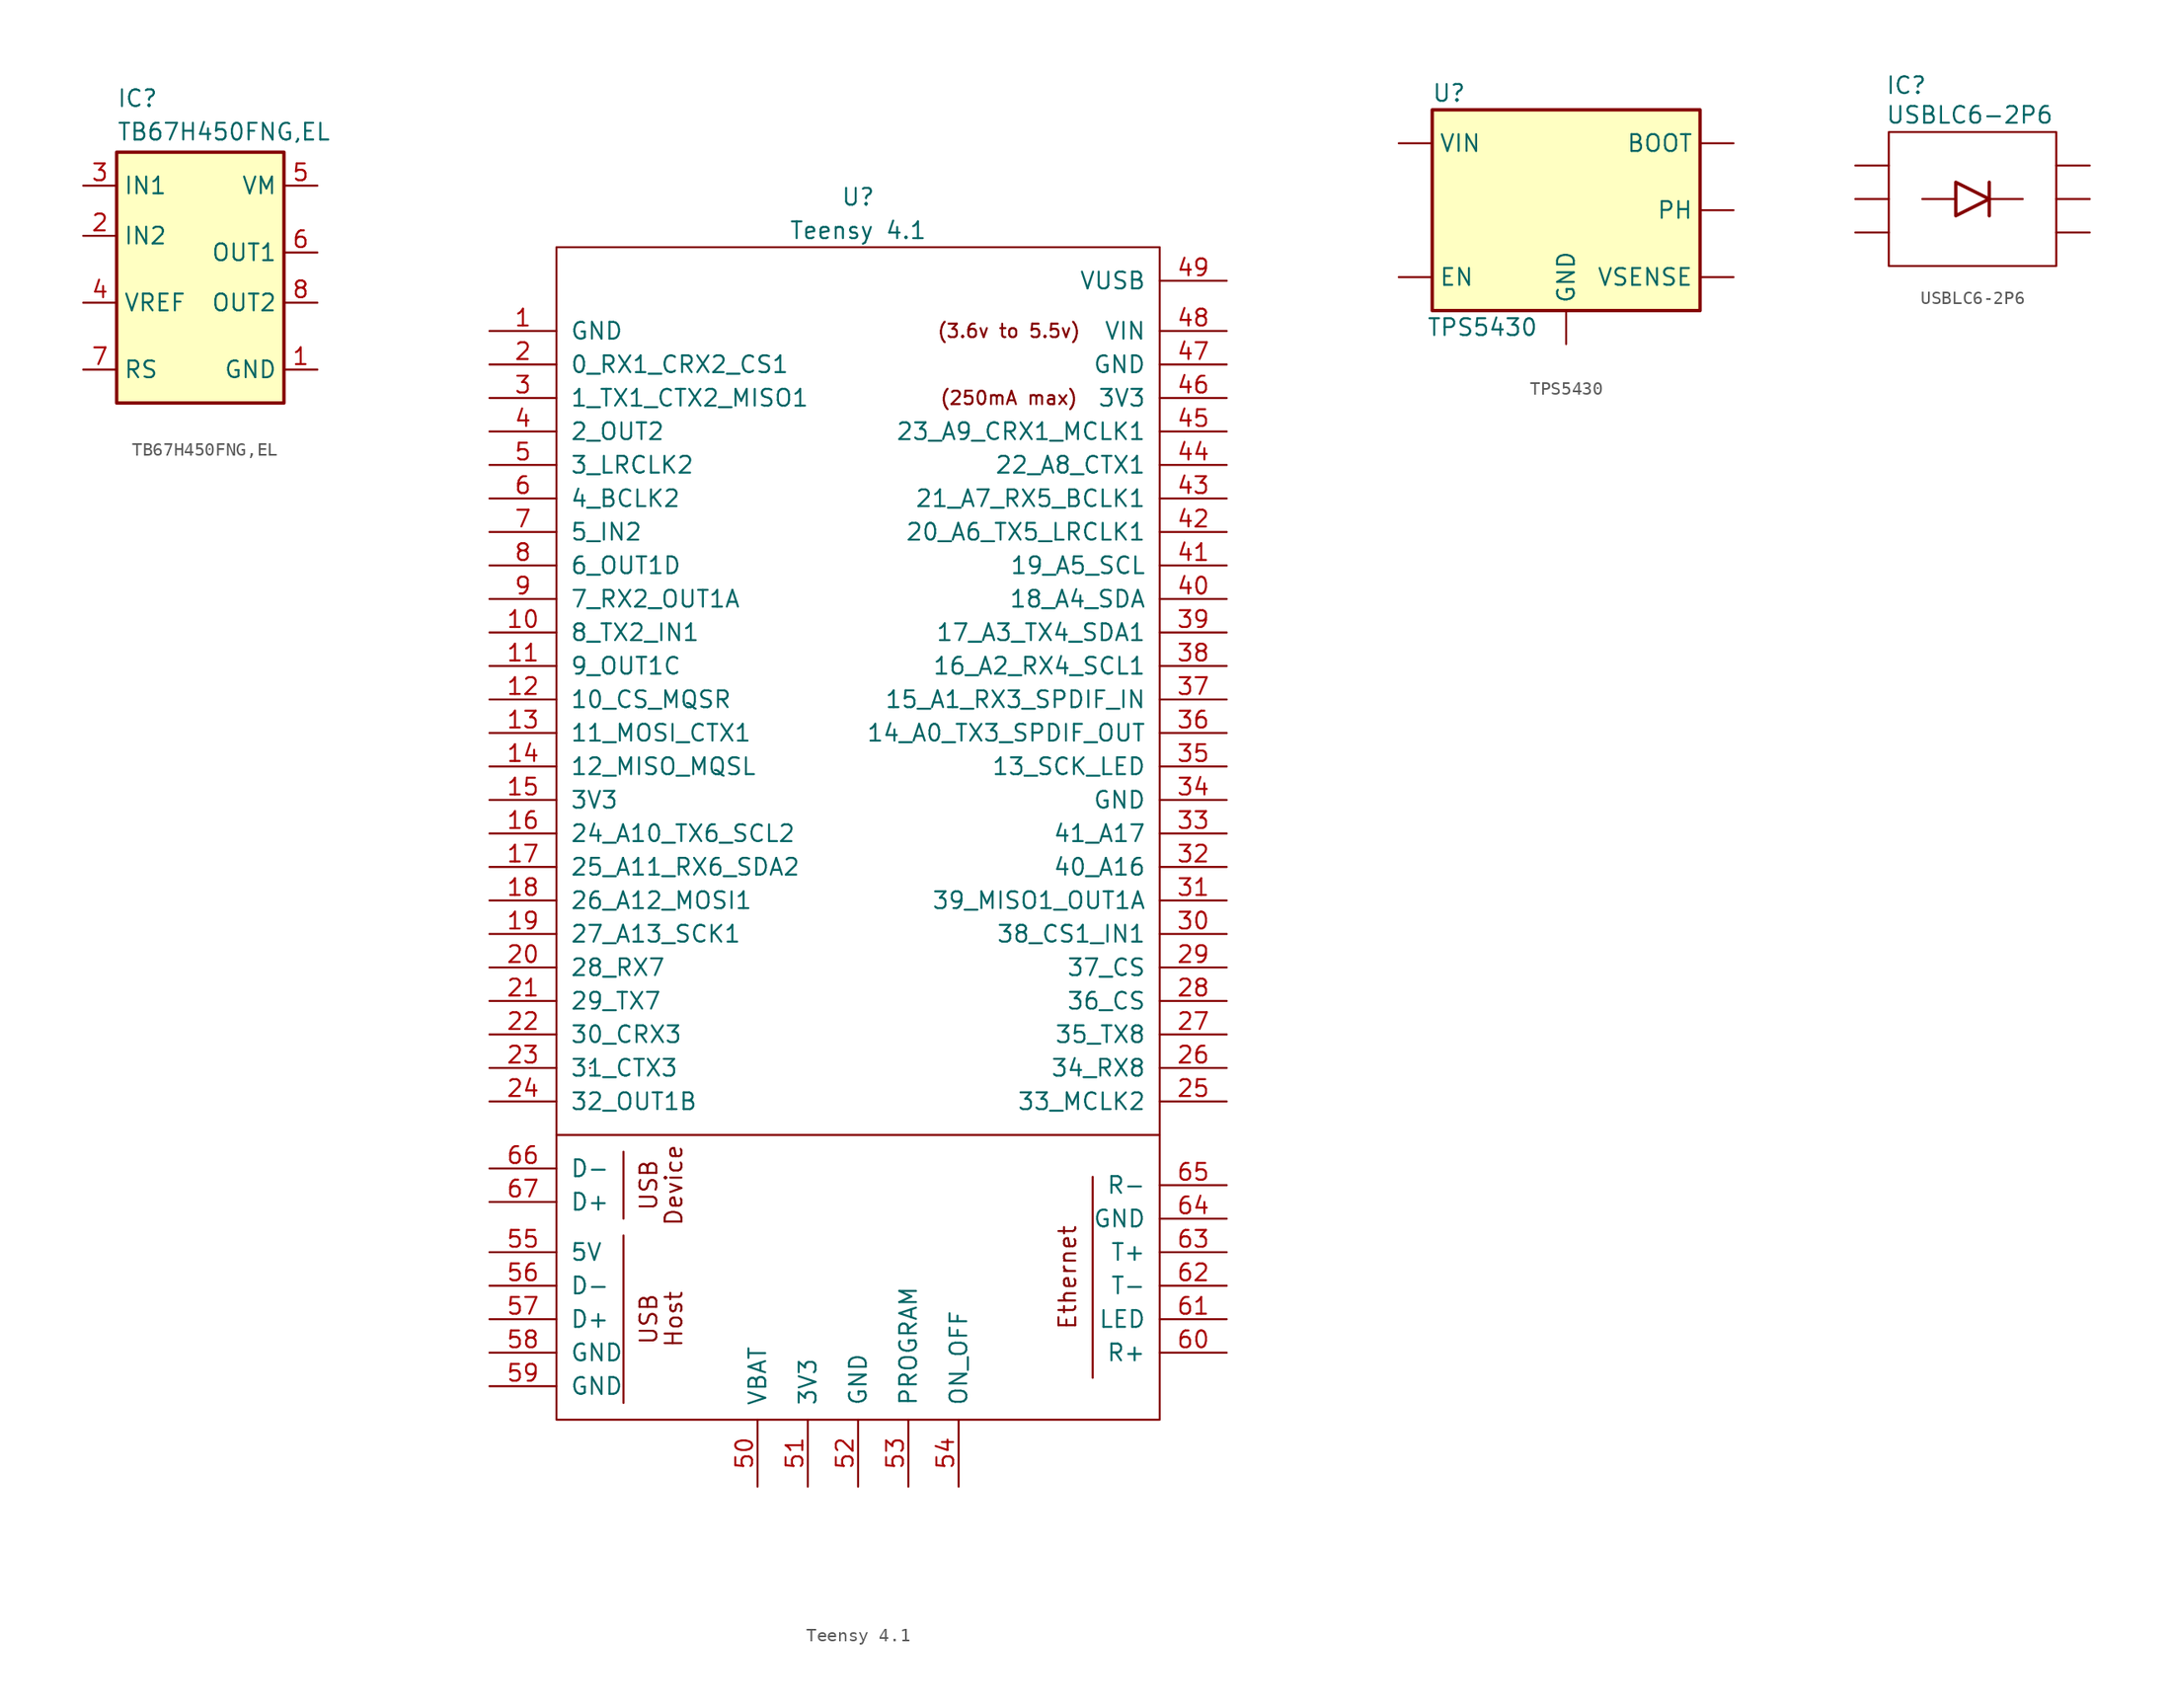
<source format=kicad_sym>
(kicad_symbol_lib
  (version 20231120)
  (generator "kicad_symbol_editor")
  (generator_version "8.0")
  (symbol "TB67H450FNG,EL"
    (property "Reference" "IC"
      (at 2.54 7.366 0)
      (effects (font (size 1.27 1.27)) (justify left top)))
    (property "Value" "TB67H450FNG,EL"
      (at 2.54 4.826 0)
      (effects (font (size 1.27 1.27)) (justify left top)))
    (symbol "TB67H450FNG,EL_1_1"
      (rectangle (start 2.54 2.54) (end 15.24 -16.51) (stroke (width 0.254) (type default)) (fill (type background)))
      (pin passive line (at 17.78 -13.97 180) (length 2.54) (name "GND" (effects (font (size 1.27 1.27)))) (number "1" (effects (font (size 1.27 1.27)))))
      (pin passive line (at 0 -3.81 0) (length 2.54) (name "IN2" (effects (font (size 1.27 1.27)))) (number "2" (effects (font (size 1.27 1.27)))))
      (pin passive line (at 0 0 0) (length 2.54) (name "IN1" (effects (font (size 1.27 1.27)))) (number "3" (effects (font (size 1.27 1.27)))))
      (pin passive line (at 0 -8.89 0) (length 2.54) (name "VREF" (effects (font (size 1.27 1.27)))) (number "4" (effects (font (size 1.27 1.27)))))
      (pin passive line (at 17.78 0 180) (length 2.54) (name "VM" (effects (font (size 1.27 1.27)))) (number "5" (effects (font (size 1.27 1.27)))))
      (pin passive line (at 17.78 -5.08 180) (length 2.54) (name "OUT1" (effects (font (size 1.27 1.27)))) (number "6" (effects (font (size 1.27 1.27)))))
      (pin passive line (at 0 -13.97 0) (length 2.54) (name "RS" (effects (font (size 1.27 1.27)))) (number "7" (effects (font (size 1.27 1.27)))))
      (pin passive line (at 17.78 -8.89 180) (length 2.54) (name "OUT2" (effects (font (size 1.27 1.27)))) (number "8" (effects (font (size 1.27 1.27)))))
      (pin passive line (at 17.78 -13.97 180) (length 2.54) hide (name "EP" (effects (font (size 1.27 1.27)))) (number "9" (effects (font (size 1.27 1.27)))))))
  (symbol "Teensy 4.1"
    (pin_names
      (offset 1.016))
    (property "Reference" "U"
      (at 0 64.77 0)
      (effects (font (size 1.27 1.27))))
    (property "Value" "Teensy 4.1"
      (at 0 62.23 0)
      (effects (font (size 1.27 1.27))))
    (symbol "Teensy 4.1_0_0"
      (polyline (pts (xy -22.86 -6.35) (xy 22.86 -6.35)) (stroke (width 0) (type solid)) (fill (type none)))
      (polyline (pts (xy -17.78 -26.67) (xy -17.78 -13.97)) (stroke (width 0) (type solid)) (fill (type none)))
      (polyline (pts (xy -17.78 -7.62) (xy -17.78 -12.7)) (stroke (width 0) (type solid)) (fill (type none)))
      (polyline (pts (xy 17.78 -9.525) (xy 17.78 -24.765)) (stroke (width 0) (type solid)) (fill (type none)))
      (text "(250mA max)" (at 11.43 49.53 0) (effects (font (size 1.016 1.016))))
      (text "(3.6v to 5.5v)" (at 11.43 54.61 0) (effects (font (size 1.016 1.016))))
      (text "Device" (at -13.97 -10.16 900) (effects (font (size 1.27 1.27))))
      (text "Ethernet" (at 15.875 -17.145 900) (effects (font (size 1.27 1.27))))
      (text "Host" (at -13.97 -20.32 900) (effects (font (size 1.27 1.27))))
      (text "USB" (at -15.875 -20.32 900) (effects (font (size 1.27 1.27))))
      (text "USB" (at -15.875 -10.16 900) (effects (font (size 1.27 1.27))))
      (pin bidirectional line (at -27.94 31.75 0) (length 5.08) (name "8_TX2_IN1" (effects (font (size 1.27 1.27)))) (number "10" (effects (font (size 1.27 1.27)))))
      (pin bidirectional line (at -27.94 29.21 0) (length 5.08) (name "9_OUT1C" (effects (font (size 1.27 1.27)))) (number "11" (effects (font (size 1.27 1.27)))))
      (pin bidirectional line (at -27.94 26.67 0) (length 5.08) (name "10_CS_MQSR" (effects (font (size 1.27 1.27)))) (number "12" (effects (font (size 1.27 1.27)))))
      (pin bidirectional line (at -27.94 24.13 0) (length 5.08) (name "11_MOSI_CTX1" (effects (font (size 1.27 1.27)))) (number "13" (effects (font (size 1.27 1.27)))))
      (pin bidirectional line (at -27.94 21.59 0) (length 5.08) (name "12_MISO_MQSL" (effects (font (size 1.27 1.27)))) (number "14" (effects (font (size 1.27 1.27)))))
      (pin power_in line (at -27.94 19.05 0) (length 5.08) (name "3V3" (effects (font (size 1.27 1.27)))) (number "15" (effects (font (size 1.27 1.27)))))
      (pin bidirectional line (at -27.94 16.51 0) (length 5.08) (name "24_A10_TX6_SCL2" (effects (font (size 1.27 1.27)))) (number "16" (effects (font (size 1.27 1.27)))))
      (pin bidirectional line (at -27.94 13.97 0) (length 5.08) (name "25_A11_RX6_SDA2" (effects (font (size 1.27 1.27)))) (number "17" (effects (font (size 1.27 1.27)))))
      (pin bidirectional line (at -27.94 11.43 0) (length 5.08) (name "26_A12_MOSI1" (effects (font (size 1.27 1.27)))) (number "18" (effects (font (size 1.27 1.27)))))
      (pin bidirectional line (at -27.94 8.89 0) (length 5.08) (name "27_A13_SCK1" (effects (font (size 1.27 1.27)))) (number "19" (effects (font (size 1.27 1.27)))))
      (pin bidirectional line (at -27.94 6.35 0) (length 5.08) (name "28_RX7" (effects (font (size 1.27 1.27)))) (number "20" (effects (font (size 1.27 1.27)))))
      (pin bidirectional line (at -27.94 3.81 0) (length 5.08) (name "29_TX7" (effects (font (size 1.27 1.27)))) (number "21" (effects (font (size 1.27 1.27)))))
      (pin bidirectional line (at -27.94 1.27 0) (length 5.08) (name "30_CRX3" (effects (font (size 1.27 1.27)))) (number "22" (effects (font (size 1.27 1.27)))))
      (pin bidirectional line (at -27.94 -1.27 0) (length 5.08) (name "31_CTX3" (effects (font (size 1.27 1.27)))) (number "23" (effects (font (size 1.27 1.27)))))
      (pin bidirectional line (at -27.94 -3.81 0) (length 5.08) (name "32_OUT1B" (effects (font (size 1.27 1.27)))) (number "24" (effects (font (size 1.27 1.27)))))
      (pin bidirectional line (at 27.94 -3.81 180) (length 5.08) (name "33_MCLK2" (effects (font (size 1.27 1.27)))) (number "25" (effects (font (size 1.27 1.27)))))
      (pin bidirectional line (at 27.94 -1.27 180) (length 5.08) (name "34_RX8" (effects (font (size 1.27 1.27)))) (number "26" (effects (font (size 1.27 1.27)))))
      (pin bidirectional line (at 27.94 1.27 180) (length 5.08) (name "35_TX8" (effects (font (size 1.27 1.27)))) (number "27" (effects (font (size 1.27 1.27)))))
      (pin bidirectional line (at 27.94 3.81 180) (length 5.08) (name "36_CS" (effects (font (size 1.27 1.27)))) (number "28" (effects (font (size 1.27 1.27)))))
      (pin bidirectional line (at 27.94 6.35 180) (length 5.08) (name "37_CS" (effects (font (size 1.27 1.27)))) (number "29" (effects (font (size 1.27 1.27)))))
      (pin bidirectional line (at 27.94 8.89 180) (length 5.08) (name "38_CS1_IN1" (effects (font (size 1.27 1.27)))) (number "30" (effects (font (size 1.27 1.27)))))
      (pin bidirectional line (at 27.94 11.43 180) (length 5.08) (name "39_MISO1_OUT1A" (effects (font (size 1.27 1.27)))) (number "31" (effects (font (size 1.27 1.27)))))
      (pin bidirectional line (at 27.94 13.97 180) (length 5.08) (name "40_A16" (effects (font (size 1.27 1.27)))) (number "32" (effects (font (size 1.27 1.27)))))
      (pin bidirectional line (at 27.94 16.51 180) (length 5.08) (name "41_A17" (effects (font (size 1.27 1.27)))) (number "33" (effects (font (size 1.27 1.27)))))
      (pin bidirectional line (at 27.94 21.59 180) (length 5.08) (name "13_SCK_LED" (effects (font (size 1.27 1.27)))) (number "35" (effects (font (size 1.27 1.27)))))
      (pin bidirectional line (at 27.94 24.13 180) (length 5.08) (name "14_A0_TX3_SPDIF_OUT" (effects (font (size 1.27 1.27)))) (number "36" (effects (font (size 1.27 1.27)))))
      (pin bidirectional line (at 27.94 26.67 180) (length 5.08) (name "15_A1_RX3_SPDIF_IN" (effects (font (size 1.27 1.27)))) (number "37" (effects (font (size 1.27 1.27)))))
      (pin bidirectional line (at 27.94 29.21 180) (length 5.08) (name "16_A2_RX4_SCL1" (effects (font (size 1.27 1.27)))) (number "38" (effects (font (size 1.27 1.27)))))
      (pin bidirectional line (at 27.94 31.75 180) (length 5.08) (name "17_A3_TX4_SDA1" (effects (font (size 1.27 1.27)))) (number "39" (effects (font (size 1.27 1.27)))))
      (pin bidirectional line (at 27.94 34.29 180) (length 5.08) (name "18_A4_SDA" (effects (font (size 1.27 1.27)))) (number "40" (effects (font (size 1.27 1.27)))))
      (pin bidirectional line (at 27.94 36.83 180) (length 5.08) (name "19_A5_SCL" (effects (font (size 1.27 1.27)))) (number "41" (effects (font (size 1.27 1.27)))))
      (pin bidirectional line (at 27.94 39.37 180) (length 5.08) (name "20_A6_TX5_LRCLK1" (effects (font (size 1.27 1.27)))) (number "42" (effects (font (size 1.27 1.27)))))
      (pin bidirectional line (at 27.94 41.91 180) (length 5.08) (name "21_A7_RX5_BCLK1" (effects (font (size 1.27 1.27)))) (number "43" (effects (font (size 1.27 1.27)))))
      (pin bidirectional line (at 27.94 44.45 180) (length 5.08) (name "22_A8_CTX1" (effects (font (size 1.27 1.27)))) (number "44" (effects (font (size 1.27 1.27)))))
      (pin bidirectional line (at 27.94 46.99 180) (length 5.08) (name "23_A9_CRX1_MCLK1" (effects (font (size 1.27 1.27)))) (number "45" (effects (font (size 1.27 1.27)))))
      (pin output line (at 27.94 49.53 180) (length 5.08) (name "3V3" (effects (font (size 1.27 1.27)))) (number "46" (effects (font (size 1.27 1.27)))))
      (pin output line (at 27.94 52.07 180) (length 5.08) (name "GND" (effects (font (size 1.27 1.27)))) (number "47" (effects (font (size 1.27 1.27)))))
      (pin power_in line (at 27.94 54.61 180) (length 5.08) (name "VIN" (effects (font (size 1.27 1.27)))) (number "48" (effects (font (size 1.27 1.27)))))
      (pin power_out line (at 27.94 58.42 180) (length 5.08) (name "VUSB" (effects (font (size 1.27 1.27)))) (number "49" (effects (font (size 1.27 1.27)))))
      (pin bidirectional line (at -27.94 44.45 0) (length 5.08) (name "3_LRCLK2" (effects (font (size 1.27 1.27)))) (number "5" (effects (font (size 1.27 1.27)))))
      (pin power_in line (at -7.62 -33.02 90) (length 5.08) (name "VBAT" (effects (font (size 1.27 1.27)))) (number "50" (effects (font (size 1.27 1.27)))))
      (pin power_in line (at -3.81 -33.02 90) (length 5.08) (name "3V3" (effects (font (size 1.27 1.27)))) (number "51" (effects (font (size 1.27 1.27)))))
      (pin input line (at 0 -33.02 90) (length 5.08) (name "GND" (effects (font (size 1.27 1.27)))) (number "52" (effects (font (size 1.27 1.27)))))
      (pin input line (at 3.81 -33.02 90) (length 5.08) (name "PROGRAM" (effects (font (size 1.27 1.27)))) (number "53" (effects (font (size 1.27 1.27)))))
      (pin input line (at 7.62 -33.02 90) (length 5.08) (name "ON_OFF" (effects (font (size 1.27 1.27)))) (number "54" (effects (font (size 1.27 1.27)))))
      (pin power_out line (at -27.94 -15.24 0) (length 5.08) (name "5V" (effects (font (size 1.27 1.27)))) (number "55" (effects (font (size 1.27 1.27)))))
      (pin bidirectional line (at -27.94 -17.78 0) (length 5.08) (name "D-" (effects (font (size 1.27 1.27)))) (number "56" (effects (font (size 1.27 1.27)))))
      (pin bidirectional line (at -27.94 -20.32 0) (length 5.08) (name "D+" (effects (font (size 1.27 1.27)))) (number "57" (effects (font (size 1.27 1.27)))))
      (pin power_in line (at -27.94 -22.86 0) (length 5.08) (name "GND" (effects (font (size 1.27 1.27)))) (number "58" (effects (font (size 1.27 1.27)))))
      (pin power_in line (at -27.94 -25.4 0) (length 5.08) (name "GND" (effects (font (size 1.27 1.27)))) (number "59" (effects (font (size 1.27 1.27)))))
      (pin bidirectional line (at -27.94 41.91 0) (length 5.08) (name "4_BCLK2" (effects (font (size 1.27 1.27)))) (number "6" (effects (font (size 1.27 1.27)))))
      (pin bidirectional line (at 27.94 -22.86 180) (length 5.08) (name "R+" (effects (font (size 1.27 1.27)))) (number "60" (effects (font (size 1.27 1.27)))))
      (pin bidirectional line (at 27.94 -20.32 180) (length 5.08) (name "LED" (effects (font (size 1.27 1.27)))) (number "61" (effects (font (size 1.27 1.27)))))
      (pin bidirectional line (at 27.94 -17.78 180) (length 5.08) (name "T-" (effects (font (size 1.27 1.27)))) (number "62" (effects (font (size 1.27 1.27)))))
      (pin bidirectional line (at 27.94 -15.24 180) (length 5.08) (name "T+" (effects (font (size 1.27 1.27)))) (number "63" (effects (font (size 1.27 1.27)))))
      (pin power_in line (at 27.94 -12.7 180) (length 5.08) (name "GND" (effects (font (size 1.27 1.27)))) (number "64" (effects (font (size 1.27 1.27)))))
      (pin bidirectional line (at 27.94 -10.16 180) (length 5.08) (name "R-" (effects (font (size 1.27 1.27)))) (number "65" (effects (font (size 1.27 1.27)))))
      (pin bidirectional line (at -27.94 -8.89 0) (length 5.08) (name "D-" (effects (font (size 1.27 1.27)))) (number "66" (effects (font (size 1.27 1.27)))))
      (pin bidirectional line (at -27.94 -11.43 0) (length 5.08) (name "D+" (effects (font (size 1.27 1.27)))) (number "67" (effects (font (size 1.27 1.27)))))
      (pin bidirectional line (at -27.94 39.37 0) (length 5.08) (name "5_IN2" (effects (font (size 1.27 1.27)))) (number "7" (effects (font (size 1.27 1.27)))))
      (pin bidirectional line (at -27.94 36.83 0) (length 5.08) (name "6_OUT1D" (effects (font (size 1.27 1.27)))) (number "8" (effects (font (size 1.27 1.27)))))
      (pin bidirectional line (at -27.94 34.29 0) (length 5.08) (name "7_RX2_OUT1A" (effects (font (size 1.27 1.27)))) (number "9" (effects (font (size 1.27 1.27))))))
    (symbol "Teensy 4.1_0_1"
      (rectangle (start -22.86 60.96) (end 22.86 -27.94) (stroke (width 0) (type solid)) (fill (type none)))
      (rectangle (start -20.32 -1.27) (end -20.32 -1.27) (stroke (width 0) (type solid)) (fill (type none))))
    (symbol "Teensy 4.1_1_1"
      (pin power_in line (at -27.94 54.61 0) (length 5.08) (name "GND" (effects (font (size 1.27 1.27)))) (number "1" (effects (font (size 1.27 1.27)))))
      (pin bidirectional line (at -27.94 52.07 0) (length 5.08) (name "0_RX1_CRX2_CS1" (effects (font (size 1.27 1.27)))) (number "2" (effects (font (size 1.27 1.27)))))
      (pin bidirectional line (at -27.94 49.53 0) (length 5.08) (name "1_TX1_CTX2_MISO1" (effects (font (size 1.27 1.27)))) (number "3" (effects (font (size 1.27 1.27)))))
      (pin power_in line (at 27.94 19.05 180) (length 5.08) (name "GND" (effects (font (size 1.27 1.27)))) (number "34" (effects (font (size 1.27 1.27)))))
      (pin bidirectional line (at -27.94 46.99 0) (length 5.08) (name "2_OUT2" (effects (font (size 1.27 1.27)))) (number "4" (effects (font (size 1.27 1.27)))))))
  (symbol "TPS5430"
    (pin_numbers hide)
    (property "Reference" "U"
      (at -8.89 6.35 0)
      (effects (font (size 1.27 1.27))))
    (property "Value" "TPS5430"
      (at -6.35 -11.43 0)
      (effects (font (size 1.27 1.27))))
    (symbol "TPS5430_0_1"
      (rectangle (start -10.16 5.08) (end 10.16 -10.16) (stroke (width 0.254) (type default)) (fill (type background))))
    (symbol "TPS5430_1_1"
      (pin input line (at 12.7 2.54 180) (length 2.54) (name "BOOT" (effects (font (size 1.27 1.27)))) (number "1" (effects (font (size 1.27 1.27)))))
      (pin no_connect line (at -10.16 0 0) (length 2.54) hide (name "NC" (effects (font (size 1.27 1.27)))) (number "2" (effects (font (size 1.27 1.27)))))
      (pin no_connect line (at -10.16 -5.08 0) (length 2.54) hide (name "NC" (effects (font (size 1.27 1.27)))) (number "3" (effects (font (size 1.27 1.27)))))
      (pin input line (at 12.7 -7.62 180) (length 2.54) (name "VSENSE" (effects (font (size 1.27 1.27)))) (number "4" (effects (font (size 1.27 1.27)))))
      (pin input line (at -12.7 -7.62 0) (length 2.54) (name "EN" (effects (font (size 1.27 1.27)))) (number "5" (effects (font (size 1.27 1.27)))))
      (pin power_in line (at 0 -12.7 90) (length 2.54) (name "GND" (effects (font (size 1.27 1.27)))) (number "6,9" (effects (font (size 1.27 1.27)))))
      (pin power_in line (at -12.7 2.54 0) (length 2.54) (name "VIN" (effects (font (size 1.27 1.27)))) (number "7" (effects (font (size 1.27 1.27)))))
      (pin output line (at 12.7 -2.54 180) (length 2.54) (name "PH" (effects (font (size 1.27 1.27)))) (number "8" (effects (font (size 1.27 1.27)))))))
  (symbol "USBLC6-2P6"
    (pin_numbers hide)
    (pin_names
      (offset 1.27) hide)
    (property "Reference" "IC"
      (at -6.604 7.874 0)
      (effects (font (size 1.27 1.27)) (justify left bottom)))
    (property "Value" "USBLC6-2P6"
      (at -6.604 7.112 0)
      (effects (font (size 1.27 1.27)) (justify left top)))
    (symbol "USBLC6-2P6_0_1"
      (rectangle (start -6.35 5.08) (end 6.35 -5.08) (stroke (width 0) (type default)) (fill (type none)))
      (polyline (pts (xy -1.27 0) (xy -3.81 0)) (stroke (width 0) (type default)) (fill (type none)))
      (polyline (pts (xy 1.27 0) (xy 1.27 -1.27)) (stroke (width 0.254) (type default)) (fill (type none)))
      (polyline (pts (xy 1.27 0) (xy 1.27 1.27)) (stroke (width 0.254) (type default)) (fill (type none)))
      (polyline (pts (xy 1.27 0) (xy 3.81 0)) (stroke (width 0) (type default)) (fill (type none)))
      (polyline (pts (xy -1.27 -1.27) (xy -1.27 1.27) (xy 1.27 0) (xy -1.27 -1.27)) (stroke (width 0.254) (type default)) (fill (type none))))
    (symbol "USBLC6-2P6_1_1"
      (pin input line (at -8.89 2.54 0) (length 2.54) (name "I/O1_1" (effects (font (size 1.27 1.27)))) (number "1" (effects (font (size 1.27 1.27)))))
      (pin input line (at -8.89 0 0) (length 2.54) (name "GND" (effects (font (size 1.27 1.27)))) (number "2" (effects (font (size 1.27 1.27)))))
      (pin input line (at -8.89 -2.54 0) (length 2.54) (name "I/O2_1" (effects (font (size 1.27 1.27)))) (number "3" (effects (font (size 1.27 1.27)))))
      (pin input line (at 8.89 -2.54 180) (length 2.54) (name "I/O2_2" (effects (font (size 1.27 1.27)))) (number "4" (effects (font (size 1.27 1.27)))))
      (pin input line (at 8.89 0 180) (length 2.54) (name "VBUS" (effects (font (size 1.27 1.27)))) (number "5" (effects (font (size 1.27 1.27)))))
      (pin input line (at 8.89 2.54 180) (length 2.54) (name "I/O1_2" (effects (font (size 1.27 1.27)))) (number "6" (effects (font (size 1.27 1.27))))))))
</source>
